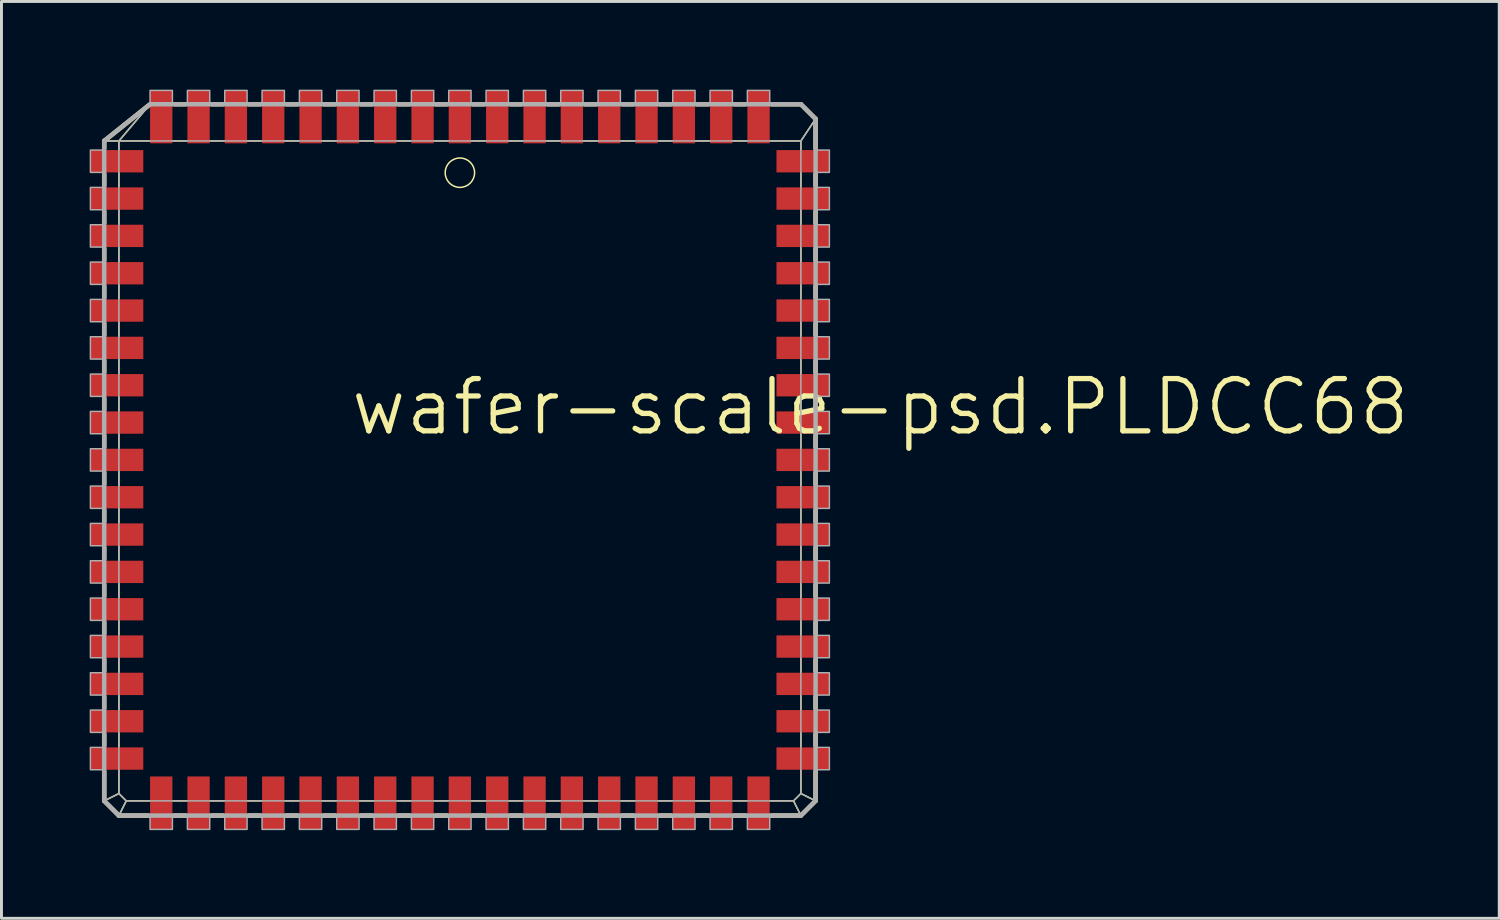
<source format=kicad_pcb>
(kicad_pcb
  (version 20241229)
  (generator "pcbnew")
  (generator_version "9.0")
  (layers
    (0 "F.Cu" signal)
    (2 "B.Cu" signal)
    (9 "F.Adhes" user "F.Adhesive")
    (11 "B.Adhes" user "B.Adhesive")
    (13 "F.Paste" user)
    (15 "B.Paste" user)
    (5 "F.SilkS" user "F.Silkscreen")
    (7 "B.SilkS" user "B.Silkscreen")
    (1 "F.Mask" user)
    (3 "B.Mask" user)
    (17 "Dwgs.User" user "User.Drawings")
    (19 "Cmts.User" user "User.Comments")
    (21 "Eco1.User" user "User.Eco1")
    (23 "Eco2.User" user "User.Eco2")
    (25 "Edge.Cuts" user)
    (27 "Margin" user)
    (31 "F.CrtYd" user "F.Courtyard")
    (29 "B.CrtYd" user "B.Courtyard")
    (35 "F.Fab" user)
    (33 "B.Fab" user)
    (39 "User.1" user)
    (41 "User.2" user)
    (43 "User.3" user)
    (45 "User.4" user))
  (footprint "wafer-scale-psd.PLDCC68"
    (layer "F.Cu")
    (at 12.595 12.595)
    (property "Reference" "wafer-scale-psd.PLDCC68" (at -3.81 -0.762 0) (layer "F.SilkS") (effects (font (size 1.778 1.778) (thickness 0.18)) (justify left bottom)))
    (attr smd)
    (fp_line (start -12.1 -10.85) (end -11.6 -10.85) (stroke (width 0.051) (type default)) (layer "F.SilkS"))
    (fp_line (start -12.1 -10.85) (end -10.6 -12.05) (stroke (width 0.152) (type default)) (layer "F.SilkS"))
    (fp_line (start -12.1 -10.6) (end -12.1 -10.85) (stroke (width 0.152) (type default)) (layer "F.SilkS"))
    (fp_line (start -12.1 -9.33) (end -12.1 -9.72) (stroke (width 0.152) (type default)) (layer "F.SilkS"))
    (fp_line (start -12.1 -8.06) (end -12.1 -8.45) (stroke (width 0.152) (type default)) (layer "F.SilkS"))
    (fp_line (start -12.1 -6.79) (end -12.1 -7.18) (stroke (width 0.152) (type default)) (layer "F.SilkS"))
    (fp_line (start -12.1 -5.52) (end -12.1 -5.91) (stroke (width 0.152) (type default)) (layer "F.SilkS"))
    (fp_line (start -12.1 -4.25) (end -12.1 -4.64) (stroke (width 0.152) (type default)) (layer "F.SilkS"))
    (fp_line (start -12.1 -2.98) (end -12.1 -3.37) (stroke (width 0.152) (type default)) (layer "F.SilkS"))
    (fp_line (start -12.1 -1.71) (end -12.1 -2.1) (stroke (width 0.152) (type default)) (layer "F.SilkS"))
    (fp_line (start -12.1 -0.44) (end -12.1 -0.83) (stroke (width 0.152) (type default)) (layer "F.SilkS"))
    (fp_line (start -12.1 0.83) (end -12.1 0.44) (stroke (width 0.152) (type default)) (layer "F.SilkS"))
    (fp_line (start -12.1 2.1) (end -12.1 1.71) (stroke (width 0.152) (type default)) (layer "F.SilkS"))
    (fp_line (start -12.1 3.37) (end -12.1 2.98) (stroke (width 0.152) (type default)) (layer "F.SilkS"))
    (fp_line (start -12.1 4.64) (end -12.1 4.25) (stroke (width 0.152) (type default)) (layer "F.SilkS"))
    (fp_line (start -12.1 5.91) (end -12.1 5.52) (stroke (width 0.152) (type default)) (layer "F.SilkS"))
    (fp_line (start -12.1 7.18) (end -12.1 6.79) (stroke (width 0.152) (type default)) (layer "F.SilkS"))
    (fp_line (start -12.1 8.45) (end -12.1 8.06) (stroke (width 0.152) (type default)) (layer "F.SilkS"))
    (fp_line (start -12.1 9.72) (end -12.1 9.33) (stroke (width 0.152) (type default)) (layer "F.SilkS"))
    (fp_line (start -12.1 11.6) (end -12.1 10.6) (stroke (width 0.152) (type default)) (layer "F.SilkS"))
    (fp_line (start -12.1 11.6) (end -11.6 11.35) (stroke (width 0.051) (type default)) (layer "F.SilkS"))
    (fp_line (start -11.6 -10.85) (end -10.56 -12.08) (stroke (width 0.051) (type default)) (layer "F.SilkS"))
    (fp_line (start -11.6 -10.85) (end -10.56 -10.85) (stroke (width 0.051) (type default)) (layer "F.SilkS"))
    (fp_line (start -11.6 -10.56) (end -11.6 -10.85) (stroke (width 0.051) (type default)) (layer "F.SilkS"))
    (fp_line (start -11.6 -9.29) (end -11.6 -9.76) (stroke (width 0.051) (type default)) (layer "F.SilkS"))
    (fp_line (start -11.6 -8.02) (end -11.6 -8.49) (stroke (width 0.051) (type default)) (layer "F.SilkS"))
    (fp_line (start -11.6 -6.75) (end -11.6 -7.22) (stroke (width 0.051) (type default)) (layer "F.SilkS"))
    (fp_line (start -11.6 -5.48) (end -11.6 -5.95) (stroke (width 0.051) (type default)) (layer "F.SilkS"))
    (fp_line (start -11.6 -4.21) (end -11.6 -4.68) (stroke (width 0.051) (type default)) (layer "F.SilkS"))
    (fp_line (start -11.6 -2.94) (end -11.6 -3.41) (stroke (width 0.051) (type default)) (layer "F.SilkS"))
    (fp_line (start -11.6 -1.67) (end -11.6 -2.14) (stroke (width 0.051) (type default)) (layer "F.SilkS"))
    (fp_line (start -11.6 -0.4) (end -11.6 -0.87) (stroke (width 0.051) (type default)) (layer "F.SilkS"))
    (fp_line (start -11.6 0.87) (end -11.6 0.4) (stroke (width 0.051) (type default)) (layer "F.SilkS"))
    (fp_line (start -11.6 2.14) (end -11.6 1.67) (stroke (width 0.051) (type default)) (layer "F.SilkS"))
    (fp_line (start -11.6 3.41) (end -11.6 2.94) (stroke (width 0.051) (type default)) (layer "F.SilkS"))
    (fp_line (start -11.6 4.68) (end -11.6 4.21) (stroke (width 0.051) (type default)) (layer "F.SilkS"))
    (fp_line (start -11.6 5.95) (end -11.6 5.48) (stroke (width 0.051) (type default)) (layer "F.SilkS"))
    (fp_line (start -11.6 7.22) (end -11.6 6.75) (stroke (width 0.051) (type default)) (layer "F.SilkS"))
    (fp_line (start -11.6 8.49) (end -11.6 8.02) (stroke (width 0.051) (type default)) (layer "F.SilkS"))
    (fp_line (start -11.6 9.76) (end -11.6 9.29) (stroke (width 0.051) (type default)) (layer "F.SilkS"))
    (fp_line (start -11.6 11.35) (end -11.6 10.56) (stroke (width 0.051) (type default)) (layer "F.SilkS"))
    (fp_line (start -11.6 12.1) (end -12.1 11.6) (stroke (width 0.152) (type default)) (layer "F.SilkS"))
    (fp_line (start -11.6 12.1) (end -11.35 11.6) (stroke (width 0.051) (type default)) (layer "F.SilkS"))
    (fp_line (start -11.35 11.6) (end -11.6 11.35) (stroke (width 0.051) (type default)) (layer "F.SilkS"))
    (fp_line (start -10.6 12.1) (end -11.6 12.1) (stroke (width 0.152) (type default)) (layer "F.SilkS"))
    (fp_line (start -10.56 11.6) (end -11.35 11.6) (stroke (width 0.051) (type default)) (layer "F.SilkS"))
    (fp_line (start -9.76 -10.85) (end -9.29 -10.85) (stroke (width 0.051) (type default)) (layer "F.SilkS"))
    (fp_line (start -9.72 -12.1) (end -9.33 -12.1) (stroke (width 0.152) (type default)) (layer "F.SilkS"))
    (fp_line (start -9.33 12.1) (end -9.72 12.1) (stroke (width 0.152) (type default)) (layer "F.SilkS"))
    (fp_line (start -9.29 11.6) (end -9.76 11.6) (stroke (width 0.051) (type default)) (layer "F.SilkS"))
    (fp_line (start -8.49 -10.85) (end -8.02 -10.85) (stroke (width 0.051) (type default)) (layer "F.SilkS"))
    (fp_line (start -8.45 -12.1) (end -8.06 -12.1) (stroke (width 0.152) (type default)) (layer "F.SilkS"))
    (fp_line (start -8.06 12.1) (end -8.45 12.1) (stroke (width 0.152) (type default)) (layer "F.SilkS"))
    (fp_line (start -8.02 11.6) (end -8.49 11.6) (stroke (width 0.051) (type default)) (layer "F.SilkS"))
    (fp_line (start -7.22 -10.85) (end -6.75 -10.85) (stroke (width 0.051) (type default)) (layer "F.SilkS"))
    (fp_line (start -7.18 -12.1) (end -6.79 -12.1) (stroke (width 0.152) (type default)) (layer "F.SilkS"))
    (fp_line (start -6.79 12.1) (end -7.18 12.1) (stroke (width 0.152) (type default)) (layer "F.SilkS"))
    (fp_line (start -6.75 11.6) (end -7.22 11.6) (stroke (width 0.051) (type default)) (layer "F.SilkS"))
    (fp_line (start -5.95 -10.85) (end -5.48 -10.85) (stroke (width 0.051) (type default)) (layer "F.SilkS"))
    (fp_line (start -5.91 -12.1) (end -5.52 -12.1) (stroke (width 0.152) (type default)) (layer "F.SilkS"))
    (fp_line (start -5.52 12.1) (end -5.91 12.1) (stroke (width 0.152) (type default)) (layer "F.SilkS"))
    (fp_line (start -5.48 11.6) (end -5.95 11.6) (stroke (width 0.051) (type default)) (layer "F.SilkS"))
    (fp_line (start -4.68 -10.85) (end -4.21 -10.85) (stroke (width 0.051) (type default)) (layer "F.SilkS"))
    (fp_line (start -4.64 -12.1) (end -4.25 -12.1) (stroke (width 0.152) (type default)) (layer "F.SilkS"))
    (fp_line (start -4.25 12.1) (end -4.64 12.1) (stroke (width 0.152) (type default)) (layer "F.SilkS"))
    (fp_line (start -4.21 11.6) (end -4.68 11.6) (stroke (width 0.051) (type default)) (layer "F.SilkS"))
    (fp_line (start -3.41 -10.85) (end -2.94 -10.85) (stroke (width 0.051) (type default)) (layer "F.SilkS"))
    (fp_line (start -3.37 -12.1) (end -2.98 -12.1) (stroke (width 0.152) (type default)) (layer "F.SilkS"))
    (fp_line (start -2.98 12.1) (end -3.37 12.1) (stroke (width 0.152) (type default)) (layer "F.SilkS"))
    (fp_line (start -2.94 11.6) (end -3.41 11.6) (stroke (width 0.051) (type default)) (layer "F.SilkS"))
    (fp_line (start -2.14 -10.85) (end -1.67 -10.85) (stroke (width 0.051) (type default)) (layer "F.SilkS"))
    (fp_line (start -2.1 -12.1) (end -1.71 -12.1) (stroke (width 0.152) (type default)) (layer "F.SilkS"))
    (fp_line (start -1.71 12.1) (end -2.1 12.1) (stroke (width 0.152) (type default)) (layer "F.SilkS"))
    (fp_line (start -1.67 11.6) (end -2.14 11.6) (stroke (width 0.051) (type default)) (layer "F.SilkS"))
    (fp_line (start -0.87 -10.85) (end -0.4 -10.85) (stroke (width 0.051) (type default)) (layer "F.SilkS"))
    (fp_line (start -0.83 -12.1) (end -0.44 -12.1) (stroke (width 0.152) (type default)) (layer "F.SilkS"))
    (fp_line (start -0.44 12.1) (end -0.83 12.1) (stroke (width 0.152) (type default)) (layer "F.SilkS"))
    (fp_line (start -0.4 11.6) (end -0.87 11.6) (stroke (width 0.051) (type default)) (layer "F.SilkS"))
    (fp_line (start 0.4 -10.85) (end 0.87 -10.85) (stroke (width 0.051) (type default)) (layer "F.SilkS"))
    (fp_line (start 0.44 -12.1) (end 0.83 -12.1) (stroke (width 0.152) (type default)) (layer "F.SilkS"))
    (fp_line (start 0.83 12.1) (end 0.44 12.1) (stroke (width 0.152) (type default)) (layer "F.SilkS"))
    (fp_line (start 0.87 11.6) (end 0.4 11.6) (stroke (width 0.051) (type default)) (layer "F.SilkS"))
    (fp_line (start 1.67 -10.85) (end 2.14 -10.85) (stroke (width 0.051) (type default)) (layer "F.SilkS"))
    (fp_line (start 1.71 -12.1) (end 2.1 -12.1) (stroke (width 0.152) (type default)) (layer "F.SilkS"))
    (fp_line (start 2.1 12.1) (end 1.71 12.1) (stroke (width 0.152) (type default)) (layer "F.SilkS"))
    (fp_line (start 2.14 11.6) (end 1.67 11.6) (stroke (width 0.051) (type default)) (layer "F.SilkS"))
    (fp_line (start 2.94 -10.85) (end 3.41 -10.85) (stroke (width 0.051) (type default)) (layer "F.SilkS"))
    (fp_line (start 2.98 -12.1) (end 3.37 -12.1) (stroke (width 0.152) (type default)) (layer "F.SilkS"))
    (fp_line (start 3.37 12.1) (end 2.98 12.1) (stroke (width 0.152) (type default)) (layer "F.SilkS"))
    (fp_line (start 3.41 11.6) (end 2.94 11.6) (stroke (width 0.051) (type default)) (layer "F.SilkS"))
    (fp_line (start 4.21 -10.85) (end 4.68 -10.85) (stroke (width 0.051) (type default)) (layer "F.SilkS"))
    (fp_line (start 4.25 -12.1) (end 4.64 -12.1) (stroke (width 0.152) (type default)) (layer "F.SilkS"))
    (fp_line (start 4.64 12.1) (end 4.25 12.1) (stroke (width 0.152) (type default)) (layer "F.SilkS"))
    (fp_line (start 4.68 11.6) (end 4.21 11.6) (stroke (width 0.051) (type default)) (layer "F.SilkS"))
    (fp_line (start 5.48 -10.85) (end 5.95 -10.85) (stroke (width 0.051) (type default)) (layer "F.SilkS"))
    (fp_line (start 5.52 -12.1) (end 5.91 -12.1) (stroke (width 0.152) (type default)) (layer "F.SilkS"))
    (fp_line (start 5.91 12.1) (end 5.52 12.1) (stroke (width 0.152) (type default)) (layer "F.SilkS"))
    (fp_line (start 5.95 11.6) (end 5.48 11.6) (stroke (width 0.051) (type default)) (layer "F.SilkS"))
    (fp_line (start 6.75 -10.85) (end 7.22 -10.85) (stroke (width 0.051) (type default)) (layer "F.SilkS"))
    (fp_line (start 6.79 -12.1) (end 7.18 -12.1) (stroke (width 0.152) (type default)) (layer "F.SilkS"))
    (fp_line (start 7.18 12.1) (end 6.79 12.1) (stroke (width 0.152) (type default)) (layer "F.SilkS"))
    (fp_line (start 7.22 11.6) (end 6.75 11.6) (stroke (width 0.051) (type default)) (layer "F.SilkS"))
    (fp_line (start 8.02 -10.85) (end 8.49 -10.85) (stroke (width 0.051) (type default)) (layer "F.SilkS"))
    (fp_line (start 8.06 -12.1) (end 8.45 -12.1) (stroke (width 0.152) (type default)) (layer "F.SilkS"))
    (fp_line (start 8.45 12.1) (end 8.06 12.1) (stroke (width 0.152) (type default)) (layer "F.SilkS"))
    (fp_line (start 8.49 11.6) (end 8.02 11.6) (stroke (width 0.051) (type default)) (layer "F.SilkS"))
    (fp_line (start 9.29 -10.85) (end 9.76 -10.85) (stroke (width 0.051) (type default)) (layer "F.SilkS"))
    (fp_line (start 9.33 -12.1) (end 9.72 -12.1) (stroke (width 0.152) (type default)) (layer "F.SilkS"))
    (fp_line (start 9.72 12.1) (end 9.33 12.1) (stroke (width 0.152) (type default)) (layer "F.SilkS"))
    (fp_line (start 9.76 11.6) (end 9.29 11.6) (stroke (width 0.051) (type default)) (layer "F.SilkS"))
    (fp_line (start 10.56 -10.85) (end 11.6 -10.85) (stroke (width 0.051) (type default)) (layer "F.SilkS"))
    (fp_line (start 10.6 -12.1) (end 11.6 -12.1) (stroke (width 0.152) (type default)) (layer "F.SilkS"))
    (fp_line (start 11.35 11.6) (end 10.56 11.6) (stroke (width 0.051) (type default)) (layer "F.SilkS"))
    (fp_line (start 11.35 11.6) (end 11.6 12.1) (stroke (width 0.051) (type default)) (layer "F.SilkS"))
    (fp_line (start 11.6 -12.1) (end 12.1 -11.6) (stroke (width 0.152) (type default)) (layer "F.SilkS"))
    (fp_line (start 11.6 -10.85) (end 11.6 -10.56) (stroke (width 0.051) (type default)) (layer "F.SilkS"))
    (fp_line (start 11.6 -9.76) (end 11.6 -9.29) (stroke (width 0.051) (type default)) (layer "F.SilkS"))
    (fp_line (start 11.6 -8.49) (end 11.6 -8.02) (stroke (width 0.051) (type default)) (layer "F.SilkS"))
    (fp_line (start 11.6 -7.22) (end 11.6 -6.75) (stroke (width 0.051) (type default)) (layer "F.SilkS"))
    (fp_line (start 11.6 -5.95) (end 11.6 -5.48) (stroke (width 0.051) (type default)) (layer "F.SilkS"))
    (fp_line (start 11.6 -4.68) (end 11.6 -4.21) (stroke (width 0.051) (type default)) (layer "F.SilkS"))
    (fp_line (start 11.6 -3.41) (end 11.6 -2.94) (stroke (width 0.051) (type default)) (layer "F.SilkS"))
    (fp_line (start 11.6 -2.14) (end 11.6 -1.67) (stroke (width 0.051) (type default)) (layer "F.SilkS"))
    (fp_line (start 11.6 -0.87) (end 11.6 -0.4) (stroke (width 0.051) (type default)) (layer "F.SilkS"))
    (fp_line (start 11.6 0.4) (end 11.6 0.87) (stroke (width 0.051) (type default)) (layer "F.SilkS"))
    (fp_line (start 11.6 1.67) (end 11.6 2.14) (stroke (width 0.051) (type default)) (layer "F.SilkS"))
    (fp_line (start 11.6 2.94) (end 11.6 3.41) (stroke (width 0.051) (type default)) (layer "F.SilkS"))
    (fp_line (start 11.6 4.21) (end 11.6 4.68) (stroke (width 0.051) (type default)) (layer "F.SilkS"))
    (fp_line (start 11.6 5.48) (end 11.6 5.95) (stroke (width 0.051) (type default)) (layer "F.SilkS"))
    (fp_line (start 11.6 6.75) (end 11.6 7.22) (stroke (width 0.051) (type default)) (layer "F.SilkS"))
    (fp_line (start 11.6 8.02) (end 11.6 8.49) (stroke (width 0.051) (type default)) (layer "F.SilkS"))
    (fp_line (start 11.6 9.29) (end 11.6 9.76) (stroke (width 0.051) (type default)) (layer "F.SilkS"))
    (fp_line (start 11.6 10.56) (end 11.6 11.35) (stroke (width 0.051) (type default)) (layer "F.SilkS"))
    (fp_line (start 11.6 11.35) (end 11.35 11.6) (stroke (width 0.051) (type default)) (layer "F.SilkS"))
    (fp_line (start 11.6 11.35) (end 12.1 11.6) (stroke (width 0.051) (type default)) (layer "F.SilkS"))
    (fp_line (start 11.6 12.1) (end 10.6 12.1) (stroke (width 0.152) (type default)) (layer "F.SilkS"))
    (fp_line (start 12.1 -11.6) (end 11.6 -10.85) (stroke (width 0.051) (type default)) (layer "F.SilkS"))
    (fp_line (start 12.1 -11.6) (end 12.1 -10.6) (stroke (width 0.152) (type default)) (layer "F.SilkS"))
    (fp_line (start 12.1 -9.72) (end 12.1 -9.33) (stroke (width 0.152) (type default)) (layer "F.SilkS"))
    (fp_line (start 12.1 -8.45) (end 12.1 -8.06) (stroke (width 0.152) (type default)) (layer "F.SilkS"))
    (fp_line (start 12.1 -7.18) (end 12.1 -6.79) (stroke (width 0.152) (type default)) (layer "F.SilkS"))
    (fp_line (start 12.1 -5.91) (end 12.1 -5.52) (stroke (width 0.152) (type default)) (layer "F.SilkS"))
    (fp_line (start 12.1 -4.64) (end 12.1 -4.25) (stroke (width 0.152) (type default)) (layer "F.SilkS"))
    (fp_line (start 12.1 -3.37) (end 12.1 -2.98) (stroke (width 0.152) (type default)) (layer "F.SilkS"))
    (fp_line (start 12.1 -2.1) (end 12.1 -1.71) (stroke (width 0.152) (type default)) (layer "F.SilkS"))
    (fp_line (start 12.1 -0.83) (end 12.1 -0.44) (stroke (width 0.152) (type default)) (layer "F.SilkS"))
    (fp_line (start 12.1 0.44) (end 12.1 0.83) (stroke (width 0.152) (type default)) (layer "F.SilkS"))
    (fp_line (start 12.1 1.71) (end 12.1 2.1) (stroke (width 0.152) (type default)) (layer "F.SilkS"))
    (fp_line (start 12.1 2.98) (end 12.1 3.37) (stroke (width 0.152) (type default)) (layer "F.SilkS"))
    (fp_line (start 12.1 4.25) (end 12.1 4.64) (stroke (width 0.152) (type default)) (layer "F.SilkS"))
    (fp_line (start 12.1 5.52) (end 12.1 5.91) (stroke (width 0.152) (type default)) (layer "F.SilkS"))
    (fp_line (start 12.1 6.79) (end 12.1 7.18) (stroke (width 0.152) (type default)) (layer "F.SilkS"))
    (fp_line (start 12.1 8.06) (end 12.1 8.45) (stroke (width 0.152) (type default)) (layer "F.SilkS"))
    (fp_line (start 12.1 9.33) (end 12.1 9.72) (stroke (width 0.152) (type default)) (layer "F.SilkS"))
    (fp_line (start 12.1 10.6) (end 12.1 11.6) (stroke (width 0.152) (type default)) (layer "F.SilkS"))
    (fp_line (start 12.1 11.6) (end 11.6 12.1) (stroke (width 0.152) (type default)) (layer "F.SilkS"))
    (fp_circle (center 0 -9.77) (end 0.5 -9.77) (stroke (width 0.051) (type default)) (fill no) (layer "F.SilkS"))
    (fp_line (start -12.1 -10.85) (end -11.6 -10.85) (stroke (width 0.051) (type default)) (layer "F.Fab"))
    (fp_line (start -12.1 -10.85) (end -10.54 -12.1) (stroke (width 0.152) (type default)) (layer "F.Fab"))
    (fp_line (start -12.1 11.6) (end -12.1 -10.85) (stroke (width 0.152) (type default)) (layer "F.Fab"))
    (fp_line (start -12.1 11.6) (end -11.6 11.35) (stroke (width 0.051) (type default)) (layer "F.Fab"))
    (fp_line (start -11.6 -10.85) (end -10.54 -12.1) (stroke (width 0.051) (type default)) (layer "F.Fab"))
    (fp_line (start -11.6 -10.85) (end 11.6 -10.85) (stroke (width 0.051) (type default)) (layer "F.Fab"))
    (fp_line (start -11.6 11.35) (end -11.6 -10.85) (stroke (width 0.051) (type default)) (layer "F.Fab"))
    (fp_line (start -11.6 12.1) (end -12.1 11.6) (stroke (width 0.152) (type default)) (layer "F.Fab"))
    (fp_line (start -11.6 12.1) (end -11.35 11.6) (stroke (width 0.051) (type default)) (layer "F.Fab"))
    (fp_line (start -11.35 11.6) (end -11.6 11.35) (stroke (width 0.051) (type default)) (layer "F.Fab"))
    (fp_line (start -10.54 -12.1) (end 11.6 -12.1) (stroke (width 0.152) (type default)) (layer "F.Fab"))
    (fp_line (start 11.35 11.6) (end -11.35 11.6) (stroke (width 0.051) (type default)) (layer "F.Fab"))
    (fp_line (start 11.35 11.6) (end 11.6 12.1) (stroke (width 0.051) (type default)) (layer "F.Fab"))
    (fp_line (start 11.6 -12.1) (end 12.1 -11.6) (stroke (width 0.152) (type default)) (layer "F.Fab"))
    (fp_line (start 11.6 -10.85) (end 11.6 11.35) (stroke (width 0.051) (type default)) (layer "F.Fab"))
    (fp_line (start 11.6 11.35) (end 11.35 11.6) (stroke (width 0.051) (type default)) (layer "F.Fab"))
    (fp_line (start 11.6 11.35) (end 12.1 11.6) (stroke (width 0.051) (type default)) (layer "F.Fab"))
    (fp_line (start 11.6 12.1) (end -11.6 12.1) (stroke (width 0.152) (type default)) (layer "F.Fab"))
    (fp_line (start 12.1 -11.6) (end 11.6 -10.85) (stroke (width 0.051) (type default)) (layer "F.Fab"))
    (fp_line (start 12.1 -11.6) (end 12.1 11.6) (stroke (width 0.152) (type default)) (layer "F.Fab"))
    (fp_line (start 12.1 11.6) (end 11.6 12.1) (stroke (width 0.152) (type default)) (layer "F.Fab"))
    (fp_rect (start -12.57 -9.78) (end -12.1 -10.54) (stroke (width 0.05) (type default)) (fill no) (layer "F.Fab"))
    (fp_rect (start -12.57 -8.51) (end -12.1 -9.27) (stroke (width 0.05) (type default)) (fill no) (layer "F.Fab"))
    (fp_rect (start -12.57 -7.24) (end -12.1 -8) (stroke (width 0.05) (type default)) (fill no) (layer "F.Fab"))
    (fp_rect (start -12.57 -5.97) (end -12.1 -6.73) (stroke (width 0.05) (type default)) (fill no) (layer "F.Fab"))
    (fp_rect (start -12.57 -4.7) (end -12.1 -5.46) (stroke (width 0.05) (type default)) (fill no) (layer "F.Fab"))
    (fp_rect (start -12.57 -3.43) (end -12.1 -4.19) (stroke (width 0.05) (type default)) (fill no) (layer "F.Fab"))
    (fp_rect (start -12.57 -2.16) (end -12.1 -2.92) (stroke (width 0.05) (type default)) (fill no) (layer "F.Fab"))
    (fp_rect (start -12.57 -0.89) (end -12.1 -1.65) (stroke (width 0.05) (type default)) (fill no) (layer "F.Fab"))
    (fp_rect (start -12.57 0.38) (end -12.1 -0.38) (stroke (width 0.05) (type default)) (fill no) (layer "F.Fab"))
    (fp_rect (start -12.57 1.65) (end -12.1 0.89) (stroke (width 0.05) (type default)) (fill no) (layer "F.Fab"))
    (fp_rect (start -12.57 2.92) (end -12.1 2.16) (stroke (width 0.05) (type default)) (fill no) (layer "F.Fab"))
    (fp_rect (start -12.57 4.19) (end -12.1 3.43) (stroke (width 0.05) (type default)) (fill no) (layer "F.Fab"))
    (fp_rect (start -12.57 5.46) (end -12.1 4.7) (stroke (width 0.05) (type default)) (fill no) (layer "F.Fab"))
    (fp_rect (start -12.57 6.73) (end -12.1 5.97) (stroke (width 0.05) (type default)) (fill no) (layer "F.Fab"))
    (fp_rect (start -12.57 8) (end -12.1 7.24) (stroke (width 0.05) (type default)) (fill no) (layer "F.Fab"))
    (fp_rect (start -12.57 9.27) (end -12.1 8.51) (stroke (width 0.05) (type default)) (fill no) (layer "F.Fab"))
    (fp_rect (start -12.57 10.54) (end -12.1 9.78) (stroke (width 0.05) (type default)) (fill no) (layer "F.Fab"))
    (fp_rect (start -10.54 -12.1) (end -9.78 -12.57) (stroke (width 0.05) (type default)) (fill no) (layer "F.Fab"))
    (fp_rect (start -10.54 12.57) (end -9.78 12.1) (stroke (width 0.05) (type default)) (fill no) (layer "F.Fab"))
    (fp_rect (start -9.27 -12.1) (end -8.51 -12.57) (stroke (width 0.05) (type default)) (fill no) (layer "F.Fab"))
    (fp_rect (start -9.27 12.57) (end -8.51 12.1) (stroke (width 0.05) (type default)) (fill no) (layer "F.Fab"))
    (fp_rect (start -8 -12.1) (end -7.24 -12.57) (stroke (width 0.05) (type default)) (fill no) (layer "F.Fab"))
    (fp_rect (start -8 12.57) (end -7.24 12.1) (stroke (width 0.05) (type default)) (fill no) (layer "F.Fab"))
    (fp_rect (start -6.73 -12.1) (end -5.97 -12.57) (stroke (width 0.05) (type default)) (fill no) (layer "F.Fab"))
    (fp_rect (start -6.73 12.57) (end -5.97 12.1) (stroke (width 0.05) (type default)) (fill no) (layer "F.Fab"))
    (fp_rect (start -5.46 -12.1) (end -4.7 -12.57) (stroke (width 0.05) (type default)) (fill no) (layer "F.Fab"))
    (fp_rect (start -5.46 12.57) (end -4.7 12.1) (stroke (width 0.05) (type default)) (fill no) (layer "F.Fab"))
    (fp_rect (start -4.19 -12.1) (end -3.43 -12.57) (stroke (width 0.05) (type default)) (fill no) (layer "F.Fab"))
    (fp_rect (start -4.19 12.57) (end -3.43 12.1) (stroke (width 0.05) (type default)) (fill no) (layer "F.Fab"))
    (fp_rect (start -2.92 -12.1) (end -2.16 -12.57) (stroke (width 0.05) (type default)) (fill no) (layer "F.Fab"))
    (fp_rect (start -2.92 12.57) (end -2.16 12.1) (stroke (width 0.05) (type default)) (fill no) (layer "F.Fab"))
    (fp_rect (start -1.65 -12.1) (end -0.89 -12.57) (stroke (width 0.05) (type default)) (fill no) (layer "F.Fab"))
    (fp_rect (start -1.65 12.57) (end -0.89 12.1) (stroke (width 0.05) (type default)) (fill no) (layer "F.Fab"))
    (fp_rect (start -0.38 -12.1) (end 0.38 -12.57) (stroke (width 0.05) (type default)) (fill no) (layer "F.Fab"))
    (fp_rect (start -0.38 12.57) (end 0.38 12.1) (stroke (width 0.05) (type default)) (fill no) (layer "F.Fab"))
    (fp_rect (start 0.89 -12.1) (end 1.65 -12.57) (stroke (width 0.05) (type default)) (fill no) (layer "F.Fab"))
    (fp_rect (start 0.89 12.57) (end 1.65 12.1) (stroke (width 0.05) (type default)) (fill no) (layer "F.Fab"))
    (fp_rect (start 2.16 -12.1) (end 2.92 -12.57) (stroke (width 0.05) (type default)) (fill no) (layer "F.Fab"))
    (fp_rect (start 2.16 12.57) (end 2.92 12.1) (stroke (width 0.05) (type default)) (fill no) (layer "F.Fab"))
    (fp_rect (start 3.43 -12.1) (end 4.19 -12.57) (stroke (width 0.05) (type default)) (fill no) (layer "F.Fab"))
    (fp_rect (start 3.43 12.57) (end 4.19 12.1) (stroke (width 0.05) (type default)) (fill no) (layer "F.Fab"))
    (fp_rect (start 4.7 -12.1) (end 5.46 -12.57) (stroke (width 0.05) (type default)) (fill no) (layer "F.Fab"))
    (fp_rect (start 4.7 12.57) (end 5.46 12.1) (stroke (width 0.05) (type default)) (fill no) (layer "F.Fab"))
    (fp_rect (start 5.97 -12.1) (end 6.73 -12.57) (stroke (width 0.05) (type default)) (fill no) (layer "F.Fab"))
    (fp_rect (start 5.97 12.57) (end 6.73 12.1) (stroke (width 0.05) (type default)) (fill no) (layer "F.Fab"))
    (fp_rect (start 7.24 -12.1) (end 8 -12.57) (stroke (width 0.05) (type default)) (fill no) (layer "F.Fab"))
    (fp_rect (start 7.24 12.57) (end 8 12.1) (stroke (width 0.05) (type default)) (fill no) (layer "F.Fab"))
    (fp_rect (start 8.51 -12.1) (end 9.27 -12.57) (stroke (width 0.05) (type default)) (fill no) (layer "F.Fab"))
    (fp_rect (start 8.51 12.57) (end 9.27 12.1) (stroke (width 0.05) (type default)) (fill no) (layer "F.Fab"))
    (fp_rect (start 9.78 -12.1) (end 10.54 -12.57) (stroke (width 0.05) (type default)) (fill no) (layer "F.Fab"))
    (fp_rect (start 9.78 12.57) (end 10.54 12.1) (stroke (width 0.05) (type default)) (fill no) (layer "F.Fab"))
    (fp_rect (start 12.1 -9.78) (end 12.57 -10.54) (stroke (width 0.05) (type default)) (fill no) (layer "F.Fab"))
    (fp_rect (start 12.1 -8.51) (end 12.57 -9.27) (stroke (width 0.05) (type default)) (fill no) (layer "F.Fab"))
    (fp_rect (start 12.1 -7.24) (end 12.57 -8) (stroke (width 0.05) (type default)) (fill no) (layer "F.Fab"))
    (fp_rect (start 12.1 -5.97) (end 12.57 -6.73) (stroke (width 0.05) (type default)) (fill no) (layer "F.Fab"))
    (fp_rect (start 12.1 -4.7) (end 12.57 -5.46) (stroke (width 0.05) (type default)) (fill no) (layer "F.Fab"))
    (fp_rect (start 12.1 -3.43) (end 12.57 -4.19) (stroke (width 0.05) (type default)) (fill no) (layer "F.Fab"))
    (fp_rect (start 12.1 -2.16) (end 12.57 -2.92) (stroke (width 0.05) (type default)) (fill no) (layer "F.Fab"))
    (fp_rect (start 12.1 -0.89) (end 12.57 -1.65) (stroke (width 0.05) (type default)) (fill no) (layer "F.Fab"))
    (fp_rect (start 12.1 0.38) (end 12.57 -0.38) (stroke (width 0.05) (type default)) (fill no) (layer "F.Fab"))
    (fp_rect (start 12.1 1.65) (end 12.57 0.89) (stroke (width 0.05) (type default)) (fill no) (layer "F.Fab"))
    (fp_rect (start 12.1 2.92) (end 12.57 2.16) (stroke (width 0.05) (type default)) (fill no) (layer "F.Fab"))
    (fp_rect (start 12.1 4.19) (end 12.57 3.43) (stroke (width 0.05) (type default)) (fill no) (layer "F.Fab"))
    (fp_rect (start 12.1 5.46) (end 12.57 4.7) (stroke (width 0.05) (type default)) (fill no) (layer "F.Fab"))
    (fp_rect (start 12.1 6.73) (end 12.57 5.97) (stroke (width 0.05) (type default)) (fill no) (layer "F.Fab"))
    (fp_rect (start 12.1 8) (end 12.57 7.24) (stroke (width 0.05) (type default)) (fill no) (layer "F.Fab"))
    (fp_rect (start 12.1 9.27) (end 12.57 8.51) (stroke (width 0.05) (type default)) (fill no) (layer "F.Fab"))
    (fp_rect (start 12.1 10.54) (end 12.57 9.78) (stroke (width 0.05) (type default)) (fill no) (layer "F.Fab"))
    (pad "1" smd roundrect (at 0 -11.67) (size 0.76 1.8) (layers "F.Cu" "F.Mask" "F.Paste") (roundrect_rratio 0.01))
    (pad "2" smd roundrect (at -1.27 -11.67) (size 0.76 1.8) (layers "F.Cu" "F.Mask" "F.Paste") (roundrect_rratio 0.01))
    (pad "3" smd roundrect (at -2.54 -11.67) (size 0.76 1.8) (layers "F.Cu" "F.Mask" "F.Paste") (roundrect_rratio 0.01))
    (pad "4" smd roundrect (at -3.81 -11.67) (size 0.76 1.8) (layers "F.Cu" "F.Mask" "F.Paste") (roundrect_rratio 0.01))
    (pad "5" smd roundrect (at -5.08 -11.67) (size 0.76 1.8) (layers "F.Cu" "F.Mask" "F.Paste") (roundrect_rratio 0.01))
    (pad "6" smd roundrect (at -6.35 -11.67) (size 0.76 1.8) (layers "F.Cu" "F.Mask" "F.Paste") (roundrect_rratio 0.01))
    (pad "7" smd roundrect (at -7.62 -11.67) (size 0.76 1.8) (layers "F.Cu" "F.Mask" "F.Paste") (roundrect_rratio 0.01))
    (pad "8" smd roundrect (at -8.89 -11.67) (size 0.76 1.8) (layers "F.Cu" "F.Mask" "F.Paste") (roundrect_rratio 0.01))
    (pad "9" smd roundrect (at -10.16 -11.67) (size 0.76 1.8) (layers "F.Cu" "F.Mask" "F.Paste") (roundrect_rratio 0.01))
    (pad "10" smd roundrect (at -11.67 -10.16) (size 1.8 0.76) (layers "F.Cu" "F.Mask" "F.Paste") (roundrect_rratio 0.01))
    (pad "11" smd roundrect (at -11.67 -8.89) (size 1.8 0.76) (layers "F.Cu" "F.Mask" "F.Paste") (roundrect_rratio 0.01))
    (pad "12" smd roundrect (at -11.67 -7.62) (size 1.8 0.76) (layers "F.Cu" "F.Mask" "F.Paste") (roundrect_rratio 0.01))
    (pad "13" smd roundrect (at -11.67 -6.35) (size 1.8 0.76) (layers "F.Cu" "F.Mask" "F.Paste") (roundrect_rratio 0.01))
    (pad "14" smd roundrect (at -11.67 -5.08) (size 1.8 0.76) (layers "F.Cu" "F.Mask" "F.Paste") (roundrect_rratio 0.01))
    (pad "15" smd roundrect (at -11.67 -3.81) (size 1.8 0.76) (layers "F.Cu" "F.Mask" "F.Paste") (roundrect_rratio 0.01))
    (pad "16" smd roundrect (at -11.67 -2.54) (size 1.8 0.76) (layers "F.Cu" "F.Mask" "F.Paste") (roundrect_rratio 0.01))
    (pad "17" smd roundrect (at -11.67 -1.27) (size 1.8 0.76) (layers "F.Cu" "F.Mask" "F.Paste") (roundrect_rratio 0.01))
    (pad "18" smd roundrect (at -11.67 0) (size 1.8 0.76) (layers "F.Cu" "F.Mask" "F.Paste") (roundrect_rratio 0.01))
    (pad "19" smd roundrect (at -11.67 1.27) (size 1.8 0.76) (layers "F.Cu" "F.Mask" "F.Paste") (roundrect_rratio 0.01))
    (pad "20" smd roundrect (at -11.67 2.54) (size 1.8 0.76) (layers "F.Cu" "F.Mask" "F.Paste") (roundrect_rratio 0.01))
    (pad "21" smd roundrect (at -11.67 3.81) (size 1.8 0.76) (layers "F.Cu" "F.Mask" "F.Paste") (roundrect_rratio 0.01))
    (pad "22" smd roundrect (at -11.67 5.08) (size 1.8 0.76) (layers "F.Cu" "F.Mask" "F.Paste") (roundrect_rratio 0.01))
    (pad "23" smd roundrect (at -11.67 6.35) (size 1.8 0.76) (layers "F.Cu" "F.Mask" "F.Paste") (roundrect_rratio 0.01))
    (pad "24" smd roundrect (at -11.67 7.62) (size 1.8 0.76) (layers "F.Cu" "F.Mask" "F.Paste") (roundrect_rratio 0.01))
    (pad "25" smd roundrect (at -11.67 8.89) (size 1.8 0.76) (layers "F.Cu" "F.Mask" "F.Paste") (roundrect_rratio 0.01))
    (pad "26" smd roundrect (at -11.67 10.16) (size 1.8 0.76) (layers "F.Cu" "F.Mask" "F.Paste") (roundrect_rratio 0.01))
    (pad "27" smd roundrect (at -10.16 11.67) (size 0.76 1.8) (layers "F.Cu" "F.Mask" "F.Paste") (roundrect_rratio 0.01))
    (pad "28" smd roundrect (at -8.89 11.67) (size 0.76 1.8) (layers "F.Cu" "F.Mask" "F.Paste") (roundrect_rratio 0.01))
    (pad "29" smd roundrect (at -7.62 11.67) (size 0.76 1.8) (layers "F.Cu" "F.Mask" "F.Paste") (roundrect_rratio 0.01))
    (pad "30" smd roundrect (at -6.35 11.67) (size 0.76 1.8) (layers "F.Cu" "F.Mask" "F.Paste") (roundrect_rratio 0.01))
    (pad "31" smd roundrect (at -5.08 11.67) (size 0.76 1.8) (layers "F.Cu" "F.Mask" "F.Paste") (roundrect_rratio 0.01))
    (pad "32" smd roundrect (at -3.81 11.67) (size 0.76 1.8) (layers "F.Cu" "F.Mask" "F.Paste") (roundrect_rratio 0.01))
    (pad "33" smd roundrect (at -2.54 11.67) (size 0.76 1.8) (layers "F.Cu" "F.Mask" "F.Paste") (roundrect_rratio 0.01))
    (pad "34" smd roundrect (at -1.27 11.67) (size 0.76 1.8) (layers "F.Cu" "F.Mask" "F.Paste") (roundrect_rratio 0.01))
    (pad "35" smd roundrect (at 0 11.67) (size 0.76 1.8) (layers "F.Cu" "F.Mask" "F.Paste") (roundrect_rratio 0.01))
    (pad "36" smd roundrect (at 1.27 11.67) (size 0.76 1.8) (layers "F.Cu" "F.Mask" "F.Paste") (roundrect_rratio 0.01))
    (pad "37" smd roundrect (at 2.54 11.67) (size 0.76 1.8) (layers "F.Cu" "F.Mask" "F.Paste") (roundrect_rratio 0.01))
    (pad "38" smd roundrect (at 3.81 11.67) (size 0.76 1.8) (layers "F.Cu" "F.Mask" "F.Paste") (roundrect_rratio 0.01))
    (pad "39" smd roundrect (at 5.08 11.67) (size 0.76 1.8) (layers "F.Cu" "F.Mask" "F.Paste") (roundrect_rratio 0.01))
    (pad "40" smd roundrect (at 6.35 11.67) (size 0.76 1.8) (layers "F.Cu" "F.Mask" "F.Paste") (roundrect_rratio 0.01))
    (pad "41" smd roundrect (at 7.62 11.67) (size 0.76 1.8) (layers "F.Cu" "F.Mask" "F.Paste") (roundrect_rratio 0.01))
    (pad "42" smd roundrect (at 8.89 11.67) (size 0.76 1.8) (layers "F.Cu" "F.Mask" "F.Paste") (roundrect_rratio 0.01))
    (pad "43" smd roundrect (at 10.16 11.67) (size 0.76 1.8) (layers "F.Cu" "F.Mask" "F.Paste") (roundrect_rratio 0.01))
    (pad "44" smd roundrect (at 11.67 10.16) (size 1.8 0.76) (layers "F.Cu" "F.Mask" "F.Paste") (roundrect_rratio 0.01))
    (pad "45" smd roundrect (at 11.67 8.89) (size 1.8 0.76) (layers "F.Cu" "F.Mask" "F.Paste") (roundrect_rratio 0.01))
    (pad "46" smd roundrect (at 11.67 7.62) (size 1.8 0.76) (layers "F.Cu" "F.Mask" "F.Paste") (roundrect_rratio 0.01))
    (pad "47" smd roundrect (at 11.67 6.35) (size 1.8 0.76) (layers "F.Cu" "F.Mask" "F.Paste") (roundrect_rratio 0.01))
    (pad "48" smd roundrect (at 11.67 5.08) (size 1.8 0.76) (layers "F.Cu" "F.Mask" "F.Paste") (roundrect_rratio 0.01))
    (pad "49" smd roundrect (at 11.67 3.81) (size 1.8 0.76) (layers "F.Cu" "F.Mask" "F.Paste") (roundrect_rratio 0.01))
    (pad "50" smd roundrect (at 11.67 2.54) (size 1.8 0.76) (layers "F.Cu" "F.Mask" "F.Paste") (roundrect_rratio 0.01))
    (pad "51" smd roundrect (at 11.67 1.27) (size 1.8 0.76) (layers "F.Cu" "F.Mask" "F.Paste") (roundrect_rratio 0.01))
    (pad "52" smd roundrect (at 11.67 0) (size 1.8 0.76) (layers "F.Cu" "F.Mask" "F.Paste") (roundrect_rratio 0.01))
    (pad "53" smd roundrect (at 11.67 -1.27) (size 1.8 0.76) (layers "F.Cu" "F.Mask" "F.Paste") (roundrect_rratio 0.01))
    (pad "54" smd roundrect (at 11.67 -2.54) (size 1.8 0.76) (layers "F.Cu" "F.Mask" "F.Paste") (roundrect_rratio 0.01))
    (pad "55" smd roundrect (at 11.67 -3.81) (size 1.8 0.76) (layers "F.Cu" "F.Mask" "F.Paste") (roundrect_rratio 0.01))
    (pad "56" smd roundrect (at 11.67 -5.08) (size 1.8 0.76) (layers "F.Cu" "F.Mask" "F.Paste") (roundrect_rratio 0.01))
    (pad "57" smd roundrect (at 11.67 -6.35) (size 1.8 0.76) (layers "F.Cu" "F.Mask" "F.Paste") (roundrect_rratio 0.01))
    (pad "58" smd roundrect (at 11.67 -7.62) (size 1.8 0.76) (layers "F.Cu" "F.Mask" "F.Paste") (roundrect_rratio 0.01))
    (pad "59" smd roundrect (at 11.67 -8.89) (size 1.8 0.76) (layers "F.Cu" "F.Mask" "F.Paste") (roundrect_rratio 0.01))
    (pad "60" smd roundrect (at 11.67 -10.16) (size 1.8 0.76) (layers "F.Cu" "F.Mask" "F.Paste") (roundrect_rratio 0.01))
    (pad "61" smd roundrect (at 10.16 -11.67) (size 0.76 1.8) (layers "F.Cu" "F.Mask" "F.Paste") (roundrect_rratio 0.01))
    (pad "62" smd roundrect (at 8.89 -11.67) (size 0.76 1.8) (layers "F.Cu" "F.Mask" "F.Paste") (roundrect_rratio 0.01))
    (pad "63" smd roundrect (at 7.62 -11.67) (size 0.76 1.8) (layers "F.Cu" "F.Mask" "F.Paste") (roundrect_rratio 0.01))
    (pad "64" smd roundrect (at 6.35 -11.67) (size 0.76 1.8) (layers "F.Cu" "F.Mask" "F.Paste") (roundrect_rratio 0.01))
    (pad "65" smd roundrect (at 5.08 -11.67) (size 0.76 1.8) (layers "F.Cu" "F.Mask" "F.Paste") (roundrect_rratio 0.01))
    (pad "66" smd roundrect (at 3.81 -11.67) (size 0.76 1.8) (layers "F.Cu" "F.Mask" "F.Paste") (roundrect_rratio 0.01))
    (pad "67" smd roundrect (at 2.54 -11.67) (size 0.76 1.8) (layers "F.Cu" "F.Mask" "F.Paste") (roundrect_rratio 0.01))
    (pad "68" smd roundrect (at 1.27 -11.67) (size 0.76 1.8) (layers "F.Cu" "F.Mask" "F.Paste") (roundrect_rratio 0.01)))
  (gr_rect
    (start -3 -3)
    (end 47.953 28.19)
    (stroke (width 0.1) (type default))
    (fill no)
    (layer "Edge.Cuts")))
</source>
